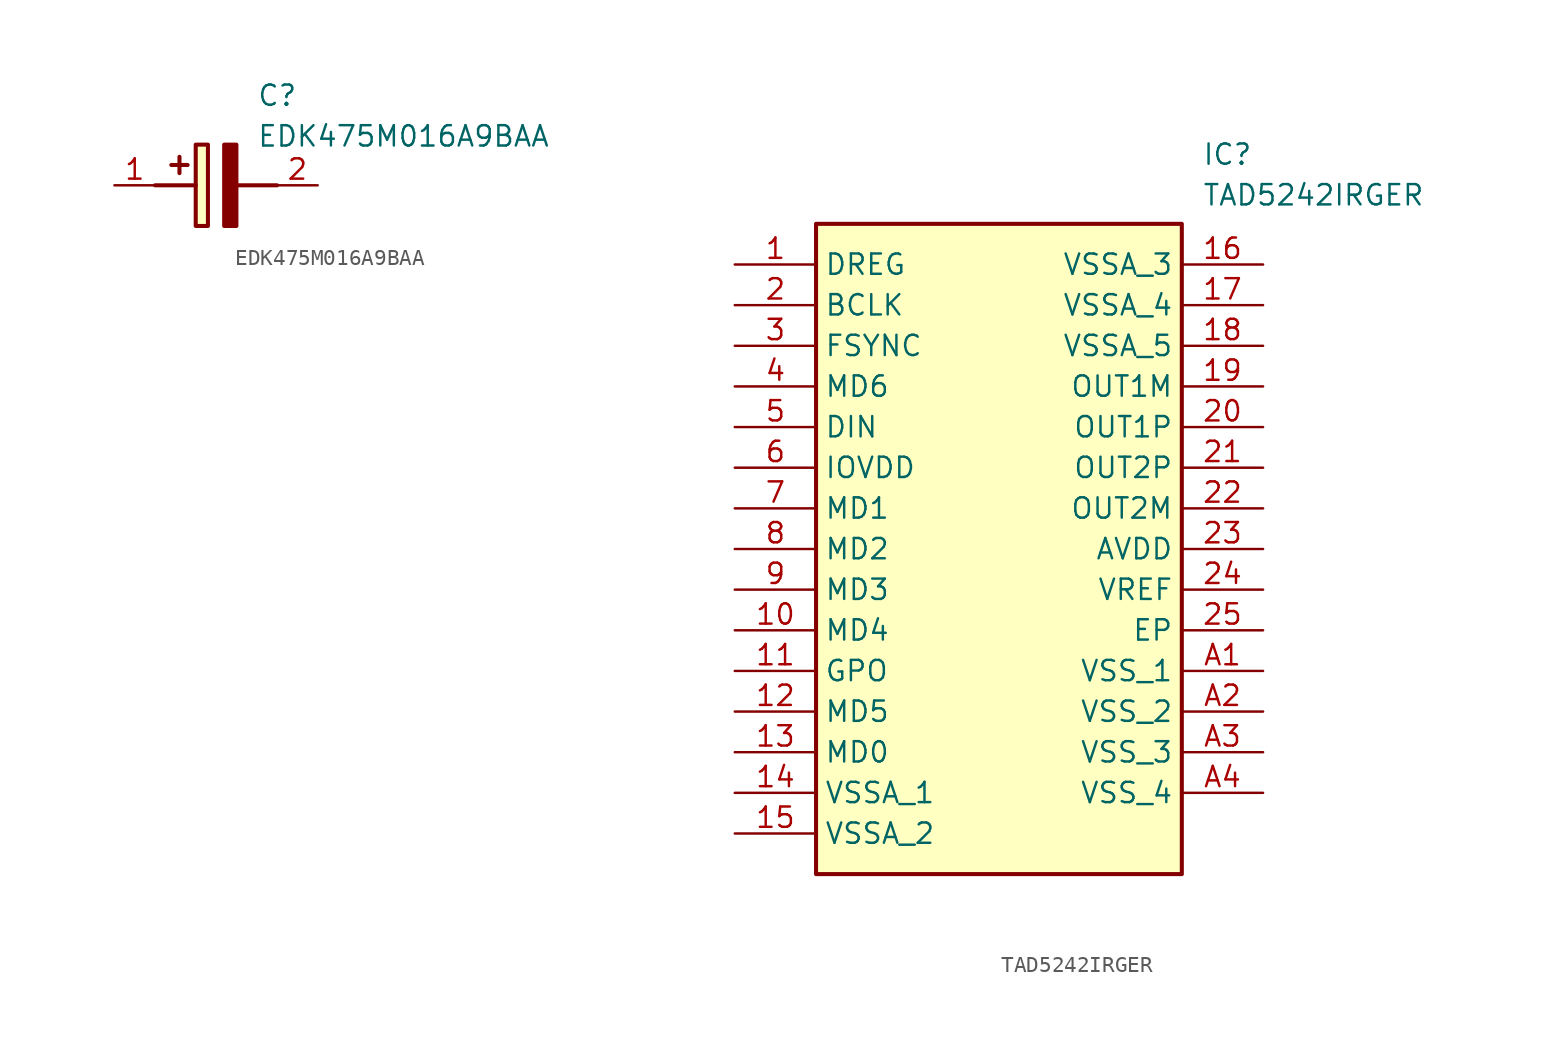
<source format=kicad_sym>
(kicad_symbol_lib
  (version 20241209)
  (generator "kicad_symbol_editor")
  (generator_version "9.0")
  (symbol "EDK475M016A9BAA"
    (pin_names
      (hide yes))
    (property "Reference" "C"
      (at 8.89 6.35 0)
      (effects (font (size 1.27 1.27)) (justify left top)))
    (property "Value" "EDK475M016A9BAA"
      (at 8.89 3.81 0)
      (effects (font (size 1.27 1.27)) (justify left top)))
    (symbol "EDK475M016A9BAA_1_1"
      (polyline (pts (xy 2.54 0) (xy 5.08 0)) (stroke (width 0.254) (type default)) (fill (type none)))
      (polyline (pts (xy 4.064 1.778) (xy 4.064 0.762)) (stroke (width 0.254) (type default)) (fill (type none)))
      (polyline (pts (xy 4.572 1.27) (xy 3.556 1.27)) (stroke (width 0.254) (type default)) (fill (type none)))
      (rectangle (start 5.08 2.54) (end 5.842 -2.54) (stroke (width 0.254) (type default)) (fill (type background)))
      (polyline (pts (xy 7.62 2.54) (xy 7.62 -2.54) (xy 6.858 -2.54) (xy 6.858 2.54) (xy 7.62 2.54)) (stroke (width 0.254) (type default)) (fill (type outline)))
      (polyline (pts (xy 7.62 0) (xy 10.16 0)) (stroke (width 0.254) (type default)) (fill (type none)))
      (pin passive line (at 0 0 0) (length 2.54) (name "+" (effects (font (size 1.27 1.27)))) (number "1" (effects (font (size 1.27 1.27)))))
      (pin passive line (at 12.7 0 180) (length 2.54) (name "-" (effects (font (size 1.27 1.27)))) (number "2" (effects (font (size 1.27 1.27)))))))
  (symbol "TAD5242IRGER"
    (property "Reference" "IC"
      (at 29.21 7.62 0)
      (effects (font (size 1.27 1.27)) (justify left top)))
    (property "Value" "TAD5242IRGER"
      (at 29.21 5.08 0)
      (effects (font (size 1.27 1.27)) (justify left top)))
    (symbol "TAD5242IRGER_1_1"
      (rectangle (start 5.08 2.54) (end 27.94 -38.1) (stroke (width 0.254) (type default)) (fill (type background)))
      (pin passive line (at 0 0 0) (length 5.08) (name "DREG" (effects (font (size 1.27 1.27)))) (number "1" (effects (font (size 1.27 1.27)))))
      (pin passive line (at 0 -2.54 0) (length 5.08) (name "BCLK" (effects (font (size 1.27 1.27)))) (number "2" (effects (font (size 1.27 1.27)))))
      (pin passive line (at 0 -5.08 0) (length 5.08) (name "FSYNC" (effects (font (size 1.27 1.27)))) (number "3" (effects (font (size 1.27 1.27)))))
      (pin passive line (at 0 -7.62 0) (length 5.08) (name "MD6" (effects (font (size 1.27 1.27)))) (number "4" (effects (font (size 1.27 1.27)))))
      (pin passive line (at 0 -10.16 0) (length 5.08) (name "DIN" (effects (font (size 1.27 1.27)))) (number "5" (effects (font (size 1.27 1.27)))))
      (pin passive line (at 0 -12.7 0) (length 5.08) (name "IOVDD" (effects (font (size 1.27 1.27)))) (number "6" (effects (font (size 1.27 1.27)))))
      (pin passive line (at 0 -15.24 0) (length 5.08) (name "MD1" (effects (font (size 1.27 1.27)))) (number "7" (effects (font (size 1.27 1.27)))))
      (pin passive line (at 0 -17.78 0) (length 5.08) (name "MD2" (effects (font (size 1.27 1.27)))) (number "8" (effects (font (size 1.27 1.27)))))
      (pin passive line (at 0 -20.32 0) (length 5.08) (name "MD3" (effects (font (size 1.27 1.27)))) (number "9" (effects (font (size 1.27 1.27)))))
      (pin passive line (at 0 -22.86 0) (length 5.08) (name "MD4" (effects (font (size 1.27 1.27)))) (number "10" (effects (font (size 1.27 1.27)))))
      (pin passive line (at 0 -25.4 0) (length 5.08) (name "GPO" (effects (font (size 1.27 1.27)))) (number "11" (effects (font (size 1.27 1.27)))))
      (pin passive line (at 0 -27.94 0) (length 5.08) (name "MD5" (effects (font (size 1.27 1.27)))) (number "12" (effects (font (size 1.27 1.27)))))
      (pin passive line (at 0 -30.48 0) (length 5.08) (name "MD0" (effects (font (size 1.27 1.27)))) (number "13" (effects (font (size 1.27 1.27)))))
      (pin passive line (at 0 -33.02 0) (length 5.08) (name "VSSA_1" (effects (font (size 1.27 1.27)))) (number "14" (effects (font (size 1.27 1.27)))))
      (pin passive line (at 0 -35.56 0) (length 5.08) (name "VSSA_2" (effects (font (size 1.27 1.27)))) (number "15" (effects (font (size 1.27 1.27)))))
      (pin passive line (at 33.02 0 180) (length 5.08) (name "VSSA_3" (effects (font (size 1.27 1.27)))) (number "16" (effects (font (size 1.27 1.27)))))
      (pin passive line (at 33.02 -2.54 180) (length 5.08) (name "VSSA_4" (effects (font (size 1.27 1.27)))) (number "17" (effects (font (size 1.27 1.27)))))
      (pin passive line (at 33.02 -5.08 180) (length 5.08) (name "VSSA_5" (effects (font (size 1.27 1.27)))) (number "18" (effects (font (size 1.27 1.27)))))
      (pin passive line (at 33.02 -7.62 180) (length 5.08) (name "OUT1M" (effects (font (size 1.27 1.27)))) (number "19" (effects (font (size 1.27 1.27)))))
      (pin passive line (at 33.02 -10.16 180) (length 5.08) (name "OUT1P" (effects (font (size 1.27 1.27)))) (number "20" (effects (font (size 1.27 1.27)))))
      (pin passive line (at 33.02 -12.7 180) (length 5.08) (name "OUT2P" (effects (font (size 1.27 1.27)))) (number "21" (effects (font (size 1.27 1.27)))))
      (pin passive line (at 33.02 -15.24 180) (length 5.08) (name "OUT2M" (effects (font (size 1.27 1.27)))) (number "22" (effects (font (size 1.27 1.27)))))
      (pin passive line (at 33.02 -17.78 180) (length 5.08) (name "AVDD" (effects (font (size 1.27 1.27)))) (number "23" (effects (font (size 1.27 1.27)))))
      (pin passive line (at 33.02 -20.32 180) (length 5.08) (name "VREF" (effects (font (size 1.27 1.27)))) (number "24" (effects (font (size 1.27 1.27)))))
      (pin passive line (at 33.02 -22.86 180) (length 5.08) (name "EP" (effects (font (size 1.27 1.27)))) (number "25" (effects (font (size 1.27 1.27)))))
      (pin passive line (at 33.02 -25.4 180) (length 5.08) (name "VSS_1" (effects (font (size 1.27 1.27)))) (number "A1" (effects (font (size 1.27 1.27)))))
      (pin passive line (at 33.02 -27.94 180) (length 5.08) (name "VSS_2" (effects (font (size 1.27 1.27)))) (number "A2" (effects (font (size 1.27 1.27)))))
      (pin passive line (at 33.02 -30.48 180) (length 5.08) (name "VSS_3" (effects (font (size 1.27 1.27)))) (number "A3" (effects (font (size 1.27 1.27)))))
      (pin passive line (at 33.02 -33.02 180) (length 5.08) (name "VSS_4" (effects (font (size 1.27 1.27)))) (number "A4" (effects (font (size 1.27 1.27))))))))
</source>
